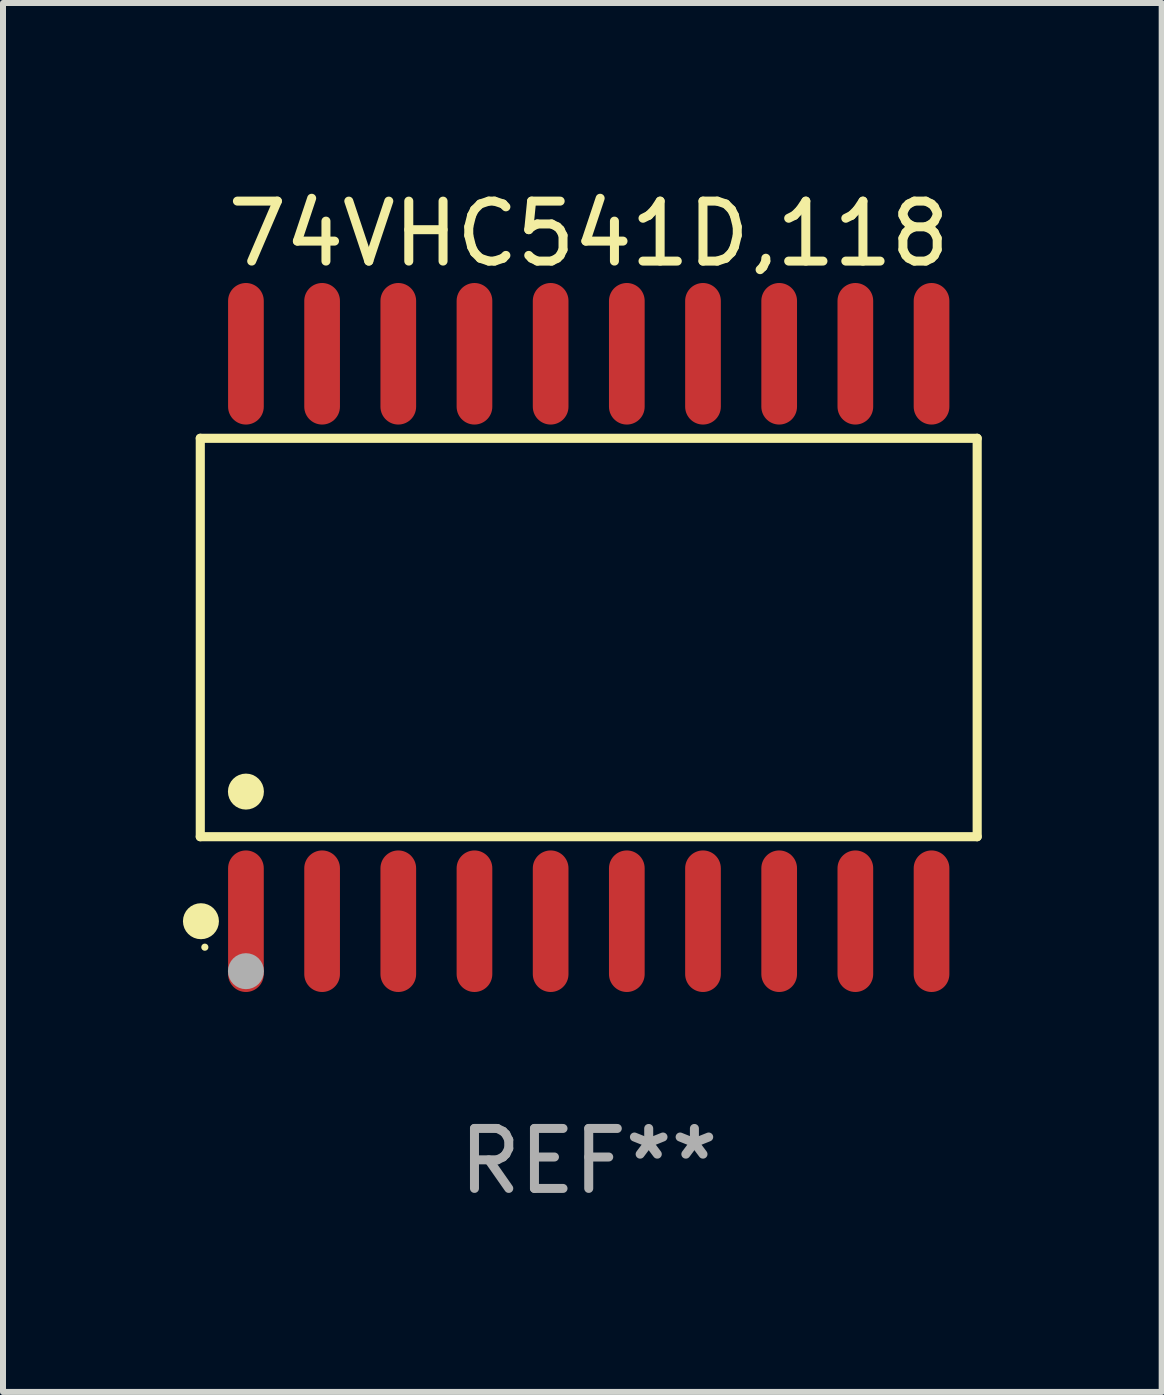
<source format=kicad_pcb>
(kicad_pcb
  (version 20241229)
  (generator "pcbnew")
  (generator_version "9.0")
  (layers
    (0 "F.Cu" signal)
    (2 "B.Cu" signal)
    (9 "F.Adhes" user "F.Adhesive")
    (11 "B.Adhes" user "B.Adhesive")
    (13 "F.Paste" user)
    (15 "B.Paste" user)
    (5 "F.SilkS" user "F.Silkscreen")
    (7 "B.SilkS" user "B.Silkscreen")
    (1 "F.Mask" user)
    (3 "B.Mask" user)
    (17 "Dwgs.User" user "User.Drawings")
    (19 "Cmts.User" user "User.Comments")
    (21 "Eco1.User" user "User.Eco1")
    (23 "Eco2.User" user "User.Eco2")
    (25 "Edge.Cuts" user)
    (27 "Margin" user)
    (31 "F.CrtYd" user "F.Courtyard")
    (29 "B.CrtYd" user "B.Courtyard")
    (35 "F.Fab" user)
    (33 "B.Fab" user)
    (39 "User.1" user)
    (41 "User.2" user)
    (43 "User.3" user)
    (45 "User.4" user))
  (footprint "74VHC541D,118"
    (layer "F.Cu")
    (at 6.765 7.578)
    (property "Reference" "74VHC541D,118" (at 0 -6.73 0) (layer "F.SilkS") (effects (font (size 1 1) (thickness 0.15))))
    (attr through_hole)
    (fp_line (start -6.476 -3.321) (end 6.476 -3.321) (stroke (width 0.152) (type solid)) (layer "F.SilkS"))
    (fp_line (start -6.476 3.321) (end -6.476 -3.321) (stroke (width 0.152) (type solid)) (layer "F.SilkS"))
    (fp_line (start 6.476 -3.321) (end 6.476 3.321) (stroke (width 0.152) (type solid)) (layer "F.SilkS"))
    (fp_line (start 6.476 3.321) (end -6.476 3.321) (stroke (width 0.152) (type solid)) (layer "F.SilkS"))
    (fp_circle (center -6.465 4.73) (end -6.315 4.73) (stroke (width 0.3) (type solid)) (fill no) (layer "F.SilkS"))
    (fp_circle (center -6.4 5.163) (end -6.37 5.163) (stroke (width 0.06) (type solid)) (fill no) (layer "F.SilkS"))
    (fp_circle (center -5.715 2.569) (end -5.565 2.569) (stroke (width 0.3) (type solid)) (fill no) (layer "F.SilkS"))
    (fp_circle (center -5.715 5.563) (end -5.565 5.563) (stroke (width 0.3) (type solid)) (fill no) (layer "F.Fab"))
    (fp_text user "REF**" (at 0 8.73 0) (layer "F.Fab") (effects (font (size 1 1) (thickness 0.15))))
    (pad "1" smd oval (at -5.715 4.73) (size 0.595 2.36) (layers "F.Cu" "F.Mask" "F.Paste"))
    (pad "2" smd oval (at -4.445 4.73) (size 0.595 2.36) (layers "F.Cu" "F.Mask" "F.Paste"))
    (pad "3" smd oval (at -3.175 4.73) (size 0.595 2.36) (layers "F.Cu" "F.Mask" "F.Paste"))
    (pad "4" smd oval (at -1.905 4.73) (size 0.595 2.36) (layers "F.Cu" "F.Mask" "F.Paste"))
    (pad "5" smd oval (at -0.635 4.73) (size 0.595 2.36) (layers "F.Cu" "F.Mask" "F.Paste"))
    (pad "6" smd oval (at 0.635 4.73) (size 0.595 2.36) (layers "F.Cu" "F.Mask" "F.Paste"))
    (pad "7" smd oval (at 1.905 4.73) (size 0.595 2.36) (layers "F.Cu" "F.Mask" "F.Paste"))
    (pad "8" smd oval (at 3.175 4.73) (size 0.595 2.36) (layers "F.Cu" "F.Mask" "F.Paste"))
    (pad "9" smd oval (at 4.445 4.73) (size 0.595 2.36) (layers "F.Cu" "F.Mask" "F.Paste"))
    (pad "10" smd oval (at 5.715 4.73) (size 0.595 2.36) (layers "F.Cu" "F.Mask" "F.Paste"))
    (pad "11" smd oval (at 5.715 -4.73) (size 0.595 2.36) (layers "F.Cu" "F.Mask" "F.Paste"))
    (pad "12" smd oval (at 4.445 -4.73) (size 0.595 2.36) (layers "F.Cu" "F.Mask" "F.Paste"))
    (pad "13" smd oval (at 3.175 -4.73) (size 0.595 2.36) (layers "F.Cu" "F.Mask" "F.Paste"))
    (pad "14" smd oval (at 1.905 -4.73) (size 0.595 2.36) (layers "F.Cu" "F.Mask" "F.Paste"))
    (pad "15" smd oval (at 0.635 -4.73) (size 0.595 2.36) (layers "F.Cu" "F.Mask" "F.Paste"))
    (pad "16" smd oval (at -0.635 -4.73) (size 0.595 2.36) (layers "F.Cu" "F.Mask" "F.Paste"))
    (pad "17" smd oval (at -1.905 -4.73) (size 0.595 2.36) (layers "F.Cu" "F.Mask" "F.Paste"))
    (pad "18" smd oval (at -3.175 -4.73) (size 0.595 2.36) (layers "F.Cu" "F.Mask" "F.Paste"))
    (pad "19" smd oval (at -4.445 -4.73) (size 0.595 2.36) (layers "F.Cu" "F.Mask" "F.Paste"))
    (pad "20" smd oval (at -5.715 -4.73) (size 0.595 2.36) (layers "F.Cu" "F.Mask" "F.Paste")))
  (gr_rect
    (start -3 -3)
    (end 16.317 20.156)
    (stroke (width 0.1) (type default))
    (fill no)
    (layer "Edge.Cuts")))
</source>
